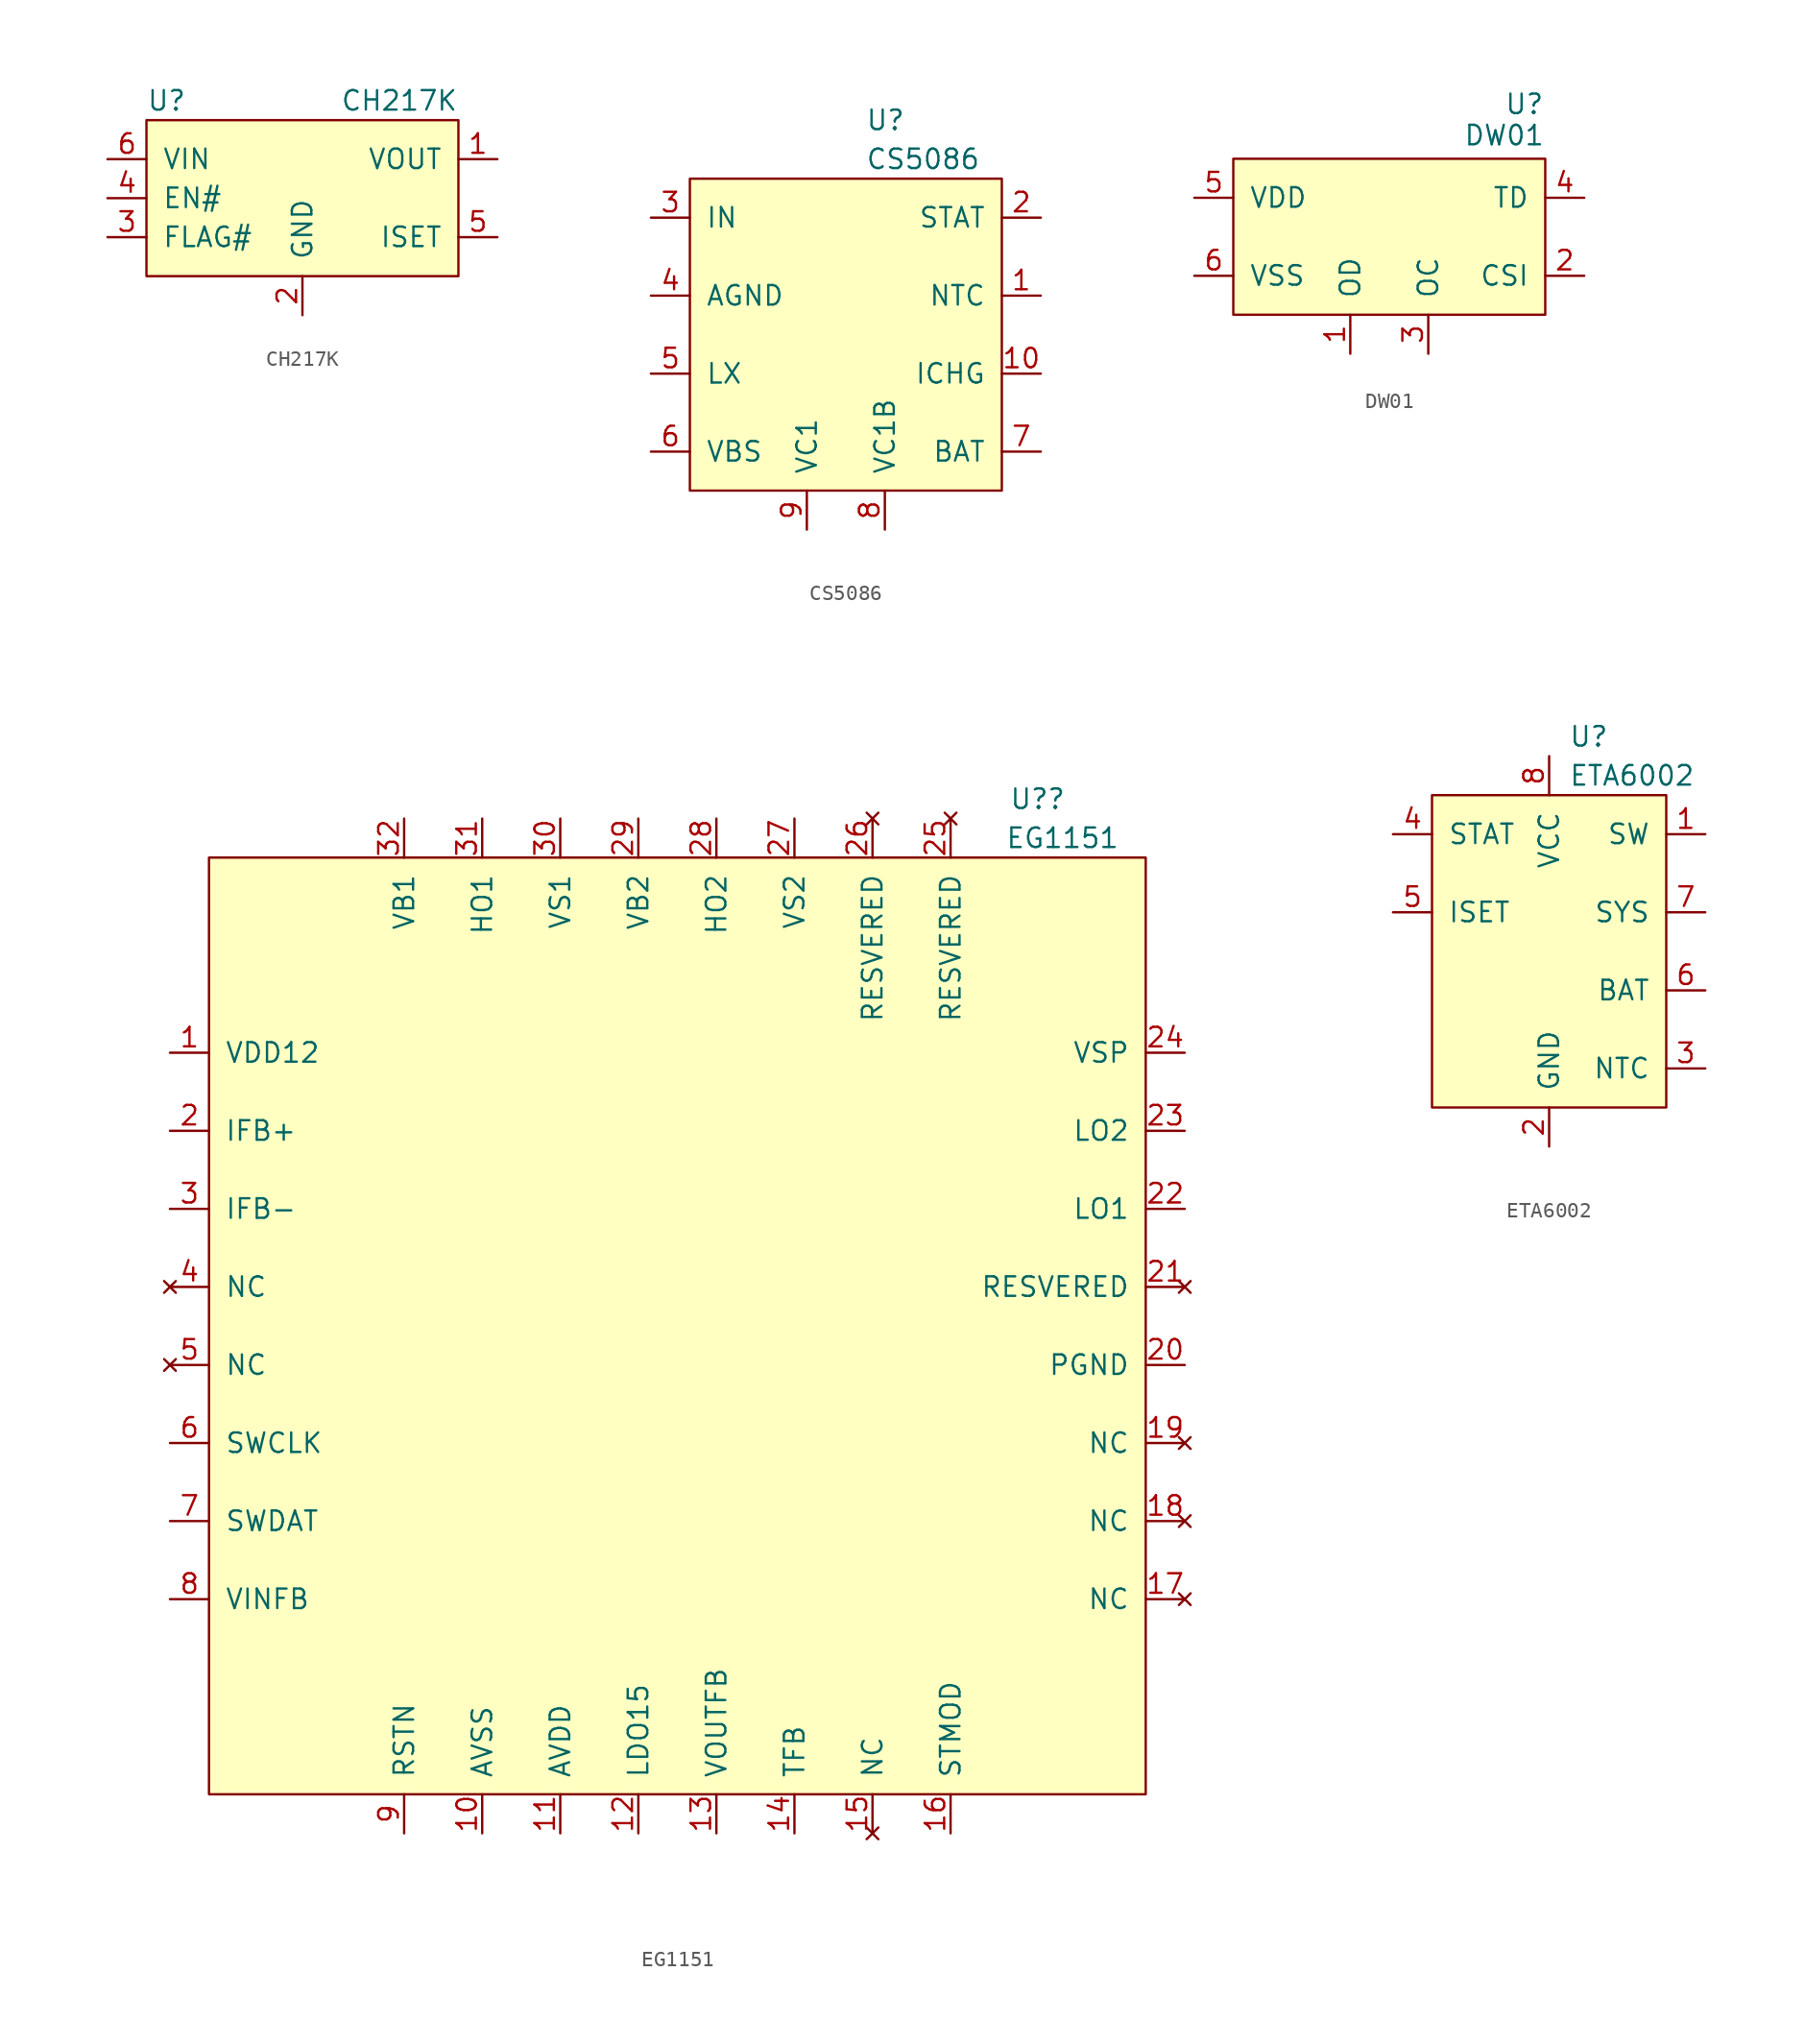
<source format=kicad_sym>
(kicad_symbol_lib
  (version 20241209)
  (generator "kicad_symbol_editor")
  (generator_version "9.0")
  (symbol "CH217K"
    (pin_names
      (offset 1.016))
    (property "Reference" "U"
      (at -10.16 6.35 0)
      (effects (font (size 1.27 1.27)) (justify left)))
    (property "Value" "CH217K"
      (at 10.16 6.35 0)
      (effects (font (size 1.27 1.27)) (justify right)))
    (symbol "CH217K_0_1"
      (rectangle (start -10.16 5.08) (end 10.16 -5.08) (stroke (width 0) (type default)) (fill (type background))))
    (symbol "CH217K_1_1"
      (pin power_in line (at -12.7 2.54 0) (length 2.54) (name "VIN" (effects (font (size 1.27 1.27)))) (number "6" (effects (font (size 1.27 1.27)))))
      (pin input line (at -12.7 0 0) (length 2.54) (name "EN#" (effects (font (size 1.27 1.27)))) (number "4" (effects (font (size 1.27 1.27)))))
      (pin output line (at -12.7 -2.54 0) (length 2.54) (name "FLAG#" (effects (font (size 1.27 1.27)))) (number "3" (effects (font (size 1.27 1.27)))))
      (pin power_in line (at 0 -7.62 90) (length 2.54) (name "GND" (effects (font (size 1.27 1.27)))) (number "2" (effects (font (size 1.27 1.27)))))
      (pin power_out line (at 12.7 2.54 180) (length 2.54) (name "VOUT" (effects (font (size 1.27 1.27)))) (number "1" (effects (font (size 1.27 1.27)))))
      (pin input line (at 12.7 -2.54 180) (length 2.54) (name "ISET" (effects (font (size 1.27 1.27)))) (number "5" (effects (font (size 1.27 1.27)))))))
  (symbol "CS5086"
    (pin_names
      (offset 1.016))
    (property "Reference" "U"
      (at 1.27 13.97 0)
      (effects (font (size 1.27 1.27)) (justify left)))
    (property "Value" "CS5086"
      (at 1.27 11.43 0)
      (effects (font (size 1.27 1.27)) (justify left)))
    (symbol "CS5086_0_1"
      (rectangle (start -10.16 10.16) (end 10.16 -10.16) (stroke (width 0) (type default)) (fill (type background))))
    (symbol "CS5086_1_1"
      (pin power_in line (at -12.7 7.62 0) (length 2.54) (name "IN" (effects (font (size 1.27 1.27)))) (number "3" (effects (font (size 1.27 1.27)))))
      (pin power_in line (at -12.7 2.54 0) (length 2.54) (hide yes) (name "PGND" (effects (font (size 1.27 1.27)))) (number "11" (effects (font (size 1.27 1.27)))))
      (pin power_in line (at -12.7 2.54 0) (length 2.54) (name "AGND" (effects (font (size 1.27 1.27)))) (number "4" (effects (font (size 1.27 1.27)))))
      (pin power_out line (at -12.7 -2.54 0) (length 2.54) (name "LX" (effects (font (size 1.27 1.27)))) (number "5" (effects (font (size 1.27 1.27)))))
      (pin input line (at -12.7 -7.62 0) (length 2.54) (name "VBS" (effects (font (size 1.27 1.27)))) (number "6" (effects (font (size 1.27 1.27)))))
      (pin input line (at -2.54 -12.7 90) (length 2.54) (name "VC1" (effects (font (size 1.27 1.27)))) (number "9" (effects (font (size 1.27 1.27)))))
      (pin output line (at 2.54 -12.7 90) (length 2.54) (name "VC1B" (effects (font (size 1.27 1.27)))) (number "8" (effects (font (size 1.27 1.27)))))
      (pin output line (at 12.7 7.62 180) (length 2.54) (name "STAT" (effects (font (size 1.27 1.27)))) (number "2" (effects (font (size 1.27 1.27)))))
      (pin input line (at 12.7 2.54 180) (length 2.54) (name "NTC" (effects (font (size 1.27 1.27)))) (number "1" (effects (font (size 1.27 1.27)))))
      (pin input line (at 12.7 -2.54 180) (length 2.54) (name "ICHG" (effects (font (size 1.27 1.27)))) (number "10" (effects (font (size 1.27 1.27)))))
      (pin power_out line (at 12.7 -7.62 180) (length 2.54) (name "BAT" (effects (font (size 1.27 1.27)))) (number "7" (effects (font (size 1.27 1.27)))))))
  (symbol "DW01"
    (pin_names
      (offset 1.016))
    (property "Reference" "U"
      (at 10.109 8.636 0)
      (effects (font (size 1.27 1.27)) (justify right)))
    (property "Value" "DW01"
      (at 10.16 6.604 0)
      (effects (font (size 1.27 1.27)) (justify right)))
    (symbol "DW01_0_1"
      (rectangle (start -10.16 5.08) (end 10.16 -5.08) (stroke (width 0) (type default)) (fill (type background))))
    (symbol "DW01_1_1"
      (pin power_in line (at -12.7 2.54 0) (length 2.54) (name "VDD" (effects (font (size 1.27 1.27)))) (number "5" (effects (font (size 1.27 1.27)))))
      (pin power_in line (at -12.7 -2.54 0) (length 2.54) (name "VSS" (effects (font (size 1.27 1.27)))) (number "6" (effects (font (size 1.27 1.27)))))
      (pin output line (at -2.54 -7.62 90) (length 2.54) (name "OD" (effects (font (size 1.27 1.27)))) (number "1" (effects (font (size 1.27 1.27)))))
      (pin output line (at 2.54 -7.62 90) (length 2.54) (name "OC" (effects (font (size 1.27 1.27)))) (number "3" (effects (font (size 1.27 1.27)))))
      (pin input line (at 12.7 2.54 180) (length 2.54) (name "TD" (effects (font (size 1.27 1.27)))) (number "4" (effects (font (size 1.27 1.27)))))
      (pin input line (at 12.7 -2.54 180) (length 2.54) (name "CSI" (effects (font (size 1.27 1.27)))) (number "2" (effects (font (size 1.27 1.27)))))))
  (symbol "EG1151"
    (pin_names
      (offset 1.016))
    (property "Reference" "U?"
      (at 21.59 34.29 0)
      (effects (font (size 1.27 1.27)) (justify left)))
    (property "Value" "EG1151"
      (at 21.336 31.75 0)
      (effects (font (size 1.27 1.27)) (justify left)))
    (symbol "EG1151_0_1"
      (rectangle (start -30.48 30.48) (end 30.48 -30.48) (stroke (width 0) (type default)) (fill (type background))))
    (symbol "EG1151_1_1"
      (pin power_in line (at -33.02 17.78 0) (length 2.54) (name "VDD12" (effects (font (size 1.27 1.27)))) (number "1" (effects (font (size 1.27 1.27)))))
      (pin input line (at -33.02 12.7 0) (length 2.54) (name "IFB+" (effects (font (size 1.27 1.27)))) (number "2" (effects (font (size 1.27 1.27)))))
      (pin input line (at -33.02 7.62 0) (length 2.54) (name "IFB-" (effects (font (size 1.27 1.27)))) (number "3" (effects (font (size 1.27 1.27)))))
      (pin no_connect line (at -33.02 2.54 0) (length 2.54) (name "NC" (effects (font (size 1.27 1.27)))) (number "4" (effects (font (size 1.27 1.27)))))
      (pin no_connect line (at -33.02 -2.54 0) (length 2.54) (name "NC" (effects (font (size 1.27 1.27)))) (number "5" (effects (font (size 1.27 1.27)))))
      (pin input line (at -33.02 -7.62 0) (length 2.54) (name "SWCLK" (effects (font (size 1.27 1.27)))) (number "6" (effects (font (size 1.27 1.27)))))
      (pin bidirectional line (at -33.02 -12.7 0) (length 2.54) (name "SWDAT" (effects (font (size 1.27 1.27)))) (number "7" (effects (font (size 1.27 1.27)))))
      (pin input line (at -33.02 -17.78 0) (length 2.54) (name "VINFB" (effects (font (size 1.27 1.27)))) (number "8" (effects (font (size 1.27 1.27)))))
      (pin input line (at -17.78 33.02 270) (length 2.54) (name "VB1" (effects (font (size 1.27 1.27)))) (number "32" (effects (font (size 1.27 1.27)))))
      (pin input line (at -17.78 -33.02 90) (length 2.54) (name "RSTN" (effects (font (size 1.27 1.27)))) (number "9" (effects (font (size 1.27 1.27)))))
      (pin output line (at -12.7 33.02 270) (length 2.54) (name "HO1" (effects (font (size 1.27 1.27)))) (number "31" (effects (font (size 1.27 1.27)))))
      (pin power_in line (at -12.7 -33.02 90) (length 2.54) (name "AVSS" (effects (font (size 1.27 1.27)))) (number "10" (effects (font (size 1.27 1.27)))))
      (pin output line (at -7.62 33.02 270) (length 2.54) (name "VS1" (effects (font (size 1.27 1.27)))) (number "30" (effects (font (size 1.27 1.27)))))
      (pin power_in line (at -7.62 -33.02 90) (length 2.54) (name "AVDD" (effects (font (size 1.27 1.27)))) (number "11" (effects (font (size 1.27 1.27)))))
      (pin input line (at -2.54 33.02 270) (length 2.54) (name "VB2" (effects (font (size 1.27 1.27)))) (number "29" (effects (font (size 1.27 1.27)))))
      (pin power_out line (at -2.54 -33.02 90) (length 2.54) (name "LDO15" (effects (font (size 1.27 1.27)))) (number "12" (effects (font (size 1.27 1.27)))))
      (pin output line (at 2.54 33.02 270) (length 2.54) (name "HO2" (effects (font (size 1.27 1.27)))) (number "28" (effects (font (size 1.27 1.27)))))
      (pin input line (at 2.54 -33.02 90) (length 2.54) (name "VOUTFB" (effects (font (size 1.27 1.27)))) (number "13" (effects (font (size 1.27 1.27)))))
      (pin output line (at 7.62 33.02 270) (length 2.54) (name "VS2" (effects (font (size 1.27 1.27)))) (number "27" (effects (font (size 1.27 1.27)))))
      (pin input line (at 7.62 -33.02 90) (length 2.54) (name "TFB" (effects (font (size 1.27 1.27)))) (number "14" (effects (font (size 1.27 1.27)))))
      (pin no_connect line (at 12.7 33.02 270) (length 2.54) (name "RESVERED" (effects (font (size 1.27 1.27)))) (number "26" (effects (font (size 1.27 1.27)))))
      (pin no_connect line (at 12.7 -33.02 90) (length 2.54) (name "NC" (effects (font (size 1.27 1.27)))) (number "15" (effects (font (size 1.27 1.27)))))
      (pin no_connect line (at 17.78 33.02 270) (length 2.54) (name "RESVERED" (effects (font (size 1.27 1.27)))) (number "25" (effects (font (size 1.27 1.27)))))
      (pin input line (at 17.78 -33.02 90) (length 2.54) (name "STMOD" (effects (font (size 1.27 1.27)))) (number "16" (effects (font (size 1.27 1.27)))))
      (pin input line (at 33.02 17.78 180) (length 2.54) (name "VSP" (effects (font (size 1.27 1.27)))) (number "24" (effects (font (size 1.27 1.27)))))
      (pin output line (at 33.02 12.7 180) (length 2.54) (name "LO2" (effects (font (size 1.27 1.27)))) (number "23" (effects (font (size 1.27 1.27)))))
      (pin output line (at 33.02 7.62 180) (length 2.54) (name "LO1" (effects (font (size 1.27 1.27)))) (number "22" (effects (font (size 1.27 1.27)))))
      (pin no_connect line (at 33.02 2.54 180) (length 2.54) (name "RESVERED" (effects (font (size 1.27 1.27)))) (number "21" (effects (font (size 1.27 1.27)))))
      (pin power_in line (at 33.02 -2.54 180) (length 2.54) (name "PGND" (effects (font (size 1.27 1.27)))) (number "20" (effects (font (size 1.27 1.27)))))
      (pin no_connect line (at 33.02 -7.62 180) (length 2.54) (name "NC" (effects (font (size 1.27 1.27)))) (number "19" (effects (font (size 1.27 1.27)))))
      (pin no_connect line (at 33.02 -12.7 180) (length 2.54) (name "NC" (effects (font (size 1.27 1.27)))) (number "18" (effects (font (size 1.27 1.27)))))
      (pin no_connect line (at 33.02 -17.78 180) (length 2.54) (name "NC" (effects (font (size 1.27 1.27)))) (number "17" (effects (font (size 1.27 1.27)))))))
  (symbol "ETA6002"
    (pin_names
      (offset 1.016))
    (property "Reference" "U"
      (at 1.27 13.97 0)
      (effects (font (size 1.27 1.27)) (justify left)))
    (property "Value" "ETA6002"
      (at 1.27 11.43 0)
      (effects (font (size 1.27 1.27)) (justify left)))
    (symbol "ETA6002_0_1"
      (rectangle (start -7.62 10.16) (end 7.62 -10.16) (stroke (width 0) (type default)) (fill (type background))))
    (symbol "ETA6002_1_1"
      (pin output line (at -10.16 7.62 0) (length 2.54) (name "STAT" (effects (font (size 1.27 1.27)))) (number "4" (effects (font (size 1.27 1.27)))))
      (pin input line (at -10.16 2.54 0) (length 2.54) (name "ISET" (effects (font (size 1.27 1.27)))) (number "5" (effects (font (size 1.27 1.27)))))
      (pin power_in line (at 0 12.7 270) (length 2.54) (name "VCC" (effects (font (size 1.27 1.27)))) (number "8" (effects (font (size 1.27 1.27)))))
      (pin power_in line (at 0 -12.7 90) (length 2.54) (name "GND" (effects (font (size 1.27 1.27)))) (number "2" (effects (font (size 1.27 1.27)))))
      (pin power_in line (at 0 -12.7 90) (length 2.54) (hide yes) (name "GND" (effects (font (size 1.27 1.27)))) (number "9" (effects (font (size 1.27 1.27)))))
      (pin power_out line (at 10.16 7.62 180) (length 2.54) (name "SW" (effects (font (size 1.27 1.27)))) (number "1" (effects (font (size 1.27 1.27)))))
      (pin power_out line (at 10.16 2.54 180) (length 2.54) (name "SYS" (effects (font (size 1.27 1.27)))) (number "7" (effects (font (size 1.27 1.27)))))
      (pin power_out line (at 10.16 -2.54 180) (length 2.54) (name "BAT" (effects (font (size 1.27 1.27)))) (number "6" (effects (font (size 1.27 1.27)))))
      (pin input line (at 10.16 -7.62 180) (length 2.54) (name "NTC" (effects (font (size 1.27 1.27)))) (number "3" (effects (font (size 1.27 1.27))))))))
</source>
